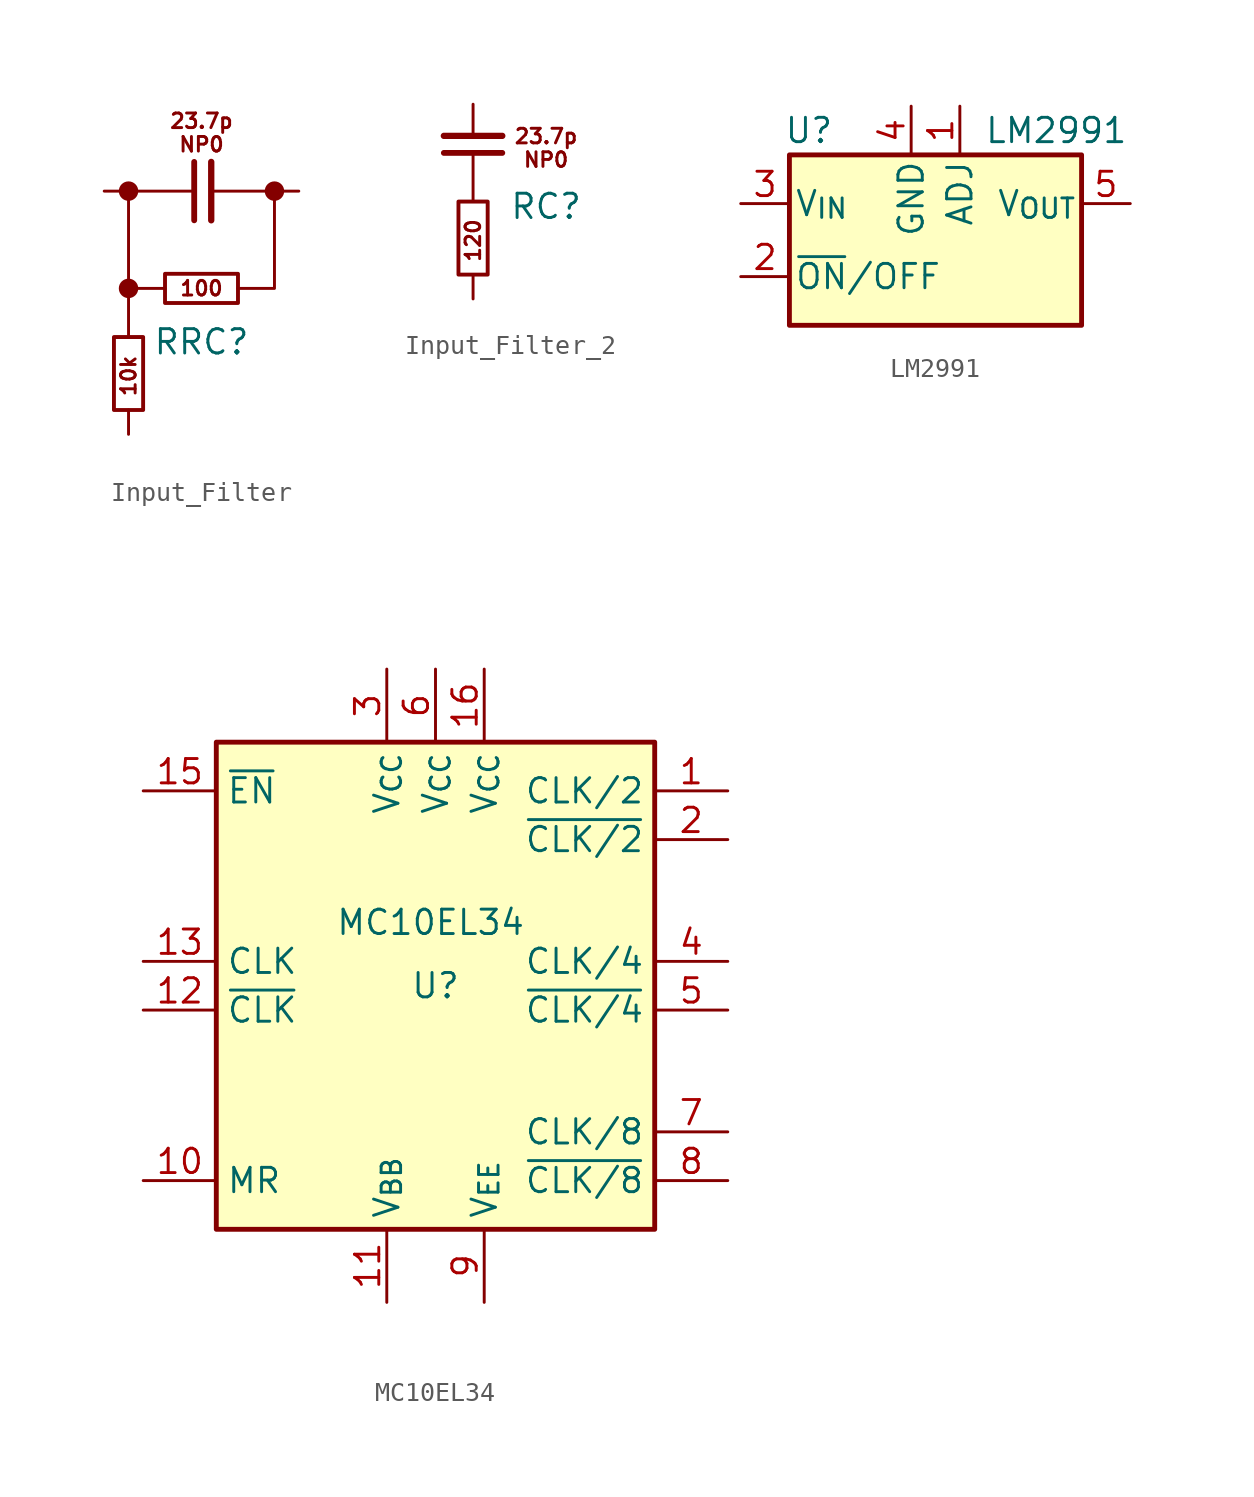
<source format=kicad_sym>
(kicad_symbol_lib
  (version 20231120)
  (generator "kicad_symbol_editor")
  (generator_version "8.0")
  (symbol "Input_Filter"
    (pin_numbers hide)
    (property "Reference" "RRC"
      (at 0 -5.334 0)
      (effects (font (size 1.27 1.27))))
    (property "Value" ""
      (at 0 -0.762 0)
      (effects (font (size 1.27 1.27))))
    (symbol "Input_Filter_0_1"
      (rectangle (start -4.572 -5.08) (end -3.048 -8.89) (stroke (width 0.203) (type default)) (fill (type none)))
      (rectangle (start -1.905 -1.778) (end 1.905 -3.302) (stroke (width 0.203) (type default)) (fill (type none)))
      (polyline (pts (xy -0.381 4.064) (xy -0.381 1.016)) (stroke (width 0.305) (type default)) (fill (type none)))
      (polyline (pts (xy 0.508 4.064) (xy 0.508 1.016)) (stroke (width 0.33) (type default)) (fill (type none)))
      (polyline (pts (xy -0.508 2.54) (xy -3.81 2.54) (xy -3.81 -2.54) (xy -1.905 -2.54)) (stroke (width 0) (type default)) (fill (type none)))
      (polyline (pts (xy 1.905 -2.54) (xy 3.81 -2.54) (xy 3.81 2.54) (xy 0.508 2.54)) (stroke (width 0) (type default)) (fill (type none))))
    (symbol "Input_Filter_1_1"
      (circle (center -3.81 -2.54) (radius 0.508) (stroke (width -0.0001) (type default)) (fill (type outline)))
      (circle (center -3.81 2.54) (radius 0.508) (stroke (width -0.0001) (type default)) (fill (type outline)))
      (polyline (pts (xy -3.81 -5.08) (xy -3.81 -2.54)) (stroke (width 0) (type default)) (fill (type none)))
      (circle (center 3.81 2.54) (radius 0.508) (stroke (width -0.0001) (type default)) (fill (type outline)))
      (text "100" (at 0 -2.54 0) (effects (font (size 0.762 0.762))))
      (text "10k" (at -3.81 -7.112 900) (effects (font (size 0.762 0.762))))
      (text "23.7p\nNP0" (at 0 5.588 0) (effects (font (size 0.762 0.762))))
      (pin passive line (at -3.81 -10.16 90) (length 1.27) (name "~" (effects (font (size 1.27 1.27)))) (number "1" (effects (font (size 1.27 1.27)))))
      (pin passive line (at -5.08 2.54 0) (length 1.27) (name "~" (effects (font (size 1.27 1.27)))) (number "2" (effects (font (size 1.27 1.27)))))
      (pin passive line (at 5.08 2.54 180) (length 1.27) (name "~" (effects (font (size 1.27 1.27)))) (number "3" (effects (font (size 1.27 1.27)))))))
  (symbol "Input_Filter_2"
    (pin_numbers hide)
    (property "Reference" "RC"
      (at 3.81 -1.524 0)
      (effects (font (size 1.27 1.27))))
    (property "Value" ""
      (at 3.81 3.048 0)
      (effects (font (size 1.27 1.27))))
    (symbol "Input_Filter_2_0_1"
      (rectangle (start -0.762 -1.27) (end 0.762 -5.08) (stroke (width 0.203) (type default)) (fill (type none)))
      (polyline (pts (xy -1.524 1.27) (xy 1.524 1.27)) (stroke (width 0.305) (type default)) (fill (type none)))
      (polyline (pts (xy -1.524 2.159) (xy 1.524 2.159)) (stroke (width 0.33) (type default)) (fill (type none))))
    (symbol "Input_Filter_2_1_1"
      (polyline (pts (xy 0 -1.27) (xy 0 1.27)) (stroke (width 0) (type default)) (fill (type none)))
      (text "120" (at 0 -3.302 900) (effects (font (size 0.762 0.762))))
      (text "23.7p\nNP0" (at 3.81 1.524 0) (effects (font (size 0.762 0.762))))
      (pin passive line (at 0 -6.35 90) (length 1.27) (name "~" (effects (font (size 1.27 1.27)))) (number "1" (effects (font (size 1.27 1.27)))))
      (pin passive line (at 0 3.81 270) (length 1.524) (name "~" (effects (font (size 1.27 1.27)))) (number "2" (effects (font (size 1.27 1.27)))))
      (pin no_connect non_logic (at 0 0 0) (length 0) hide (name "" (effects (font (size 1.27 1.27)))) (number "3" (effects (font (size 1.27 1.27)))))))
  (symbol "LM2991"
    (pin_names
      (offset 0.254))
    (property "Reference" "U"
      (at -6.604 3.81 0)
      (effects (font (size 1.27 1.27))))
    (property "Value" "LM2991"
      (at 2.54 3.81 0)
      (effects (font (size 1.27 1.27)) (justify left)))
    (symbol "LM2991_0_1"
      (rectangle (start -7.62 2.54) (end 7.62 -6.35) (stroke (width 0.254) (type default)) (fill (type background))))
    (symbol "LM2991_1_1"
      (pin passive line (at 1.27 5.08 270) (length 2.54) (name "ADJ" (effects (font (size 1.27 1.27)))) (number "1" (effects (font (size 1.27 1.27)))))
      (pin input line (at -10.16 -3.81 0) (length 2.54) (name "~{ON}/OFF" (effects (font (size 1.27 1.27)))) (number "2" (effects (font (size 1.27 1.27)))))
      (pin power_in line (at -10.16 0 0) (length 2.54) (name "V_{IN}" (effects (font (size 1.27 1.27)))) (number "3" (effects (font (size 1.27 1.27)))))
      (pin power_in line (at -1.27 5.08 270) (length 2.54) (name "GND" (effects (font (size 1.27 1.27)))) (number "4" (effects (font (size 1.27 1.27)))))
      (pin power_out line (at 10.16 0 180) (length 2.54) (name "V_{OUT}" (effects (font (size 1.27 1.27)))) (number "5" (effects (font (size 1.27 1.27)))))))
  (symbol "MC10EL34"
    (property "Reference" "U"
      (at 0 0 0)
      (effects (font (size 1.27 1.27))))
    (property "Value" "MC10EL34"
      (at -0.254 3.302 0)
      (effects (font (size 1.27 1.27))))
    (symbol "MC10EL34_1_1"
      (rectangle (start -11.43 12.7) (end 11.43 -12.7) (stroke (width 0.254) (type default)) (fill (type background)))
      (pin output line (at 15.24 10.16 180) (length 3.81) (name "CLK/2" (effects (font (size 1.27 1.27)))) (number "1" (effects (font (size 1.27 1.27)))))
      (pin input line (at -15.24 -10.16 0) (length 3.81) (name "MR" (effects (font (size 1.27 1.27)))) (number "10" (effects (font (size 1.27 1.27)))))
      (pin power_out line (at -2.54 -16.51 90) (length 3.81) (name "V_{BB}" (effects (font (size 1.27 1.27)))) (number "11" (effects (font (size 1.27 1.27)))))
      (pin input line (at -15.24 -1.27 0) (length 3.81) (name "~{CLK}" (effects (font (size 1.27 1.27)))) (number "12" (effects (font (size 1.27 1.27)))))
      (pin input line (at -15.24 1.27 0) (length 3.81) (name "CLK" (effects (font (size 1.27 1.27)))) (number "13" (effects (font (size 1.27 1.27)))))
      (pin no_connect non_logic (at -15.24 5.08 0) (length 3.81) hide (name "" (effects (font (size 1.27 1.27)))) (number "14" (effects (font (size 1.27 1.27)))))
      (pin input line (at -15.24 10.16 0) (length 3.81) (name "~{EN}" (effects (font (size 1.27 1.27)))) (number "15" (effects (font (size 1.27 1.27)))))
      (pin power_in line (at 2.54 16.51 270) (length 3.81) (name "V_{CC}" (effects (font (size 1.27 1.27)))) (number "16" (effects (font (size 1.27 1.27)))))
      (pin output line (at 15.24 7.62 180) (length 3.81) (name "~{CLK/2}" (effects (font (size 1.27 1.27)))) (number "2" (effects (font (size 1.27 1.27)))))
      (pin power_in line (at -2.54 16.51 270) (length 3.81) (name "V_{CC}" (effects (font (size 1.27 1.27)))) (number "3" (effects (font (size 1.27 1.27)))))
      (pin output line (at 15.24 1.27 180) (length 3.81) (name "CLK/4" (effects (font (size 1.27 1.27)))) (number "4" (effects (font (size 1.27 1.27)))))
      (pin output line (at 15.24 -1.27 180) (length 3.81) (name "~{CLK/4}" (effects (font (size 1.27 1.27)))) (number "5" (effects (font (size 1.27 1.27)))))
      (pin power_in line (at 0 16.51 270) (length 3.81) (name "V_{CC}" (effects (font (size 1.27 1.27)))) (number "6" (effects (font (size 1.27 1.27)))))
      (pin output line (at 15.24 -7.62 180) (length 3.81) (name "CLK/8" (effects (font (size 1.27 1.27)))) (number "7" (effects (font (size 1.27 1.27)))))
      (pin output line (at 15.24 -10.16 180) (length 3.81) (name "~{CLK/8}" (effects (font (size 1.27 1.27)))) (number "8" (effects (font (size 1.27 1.27)))))
      (pin power_in line (at 2.54 -16.51 90) (length 3.81) (name "V_{EE}" (effects (font (size 1.27 1.27)))) (number "9" (effects (font (size 1.27 1.27))))))))
</source>
